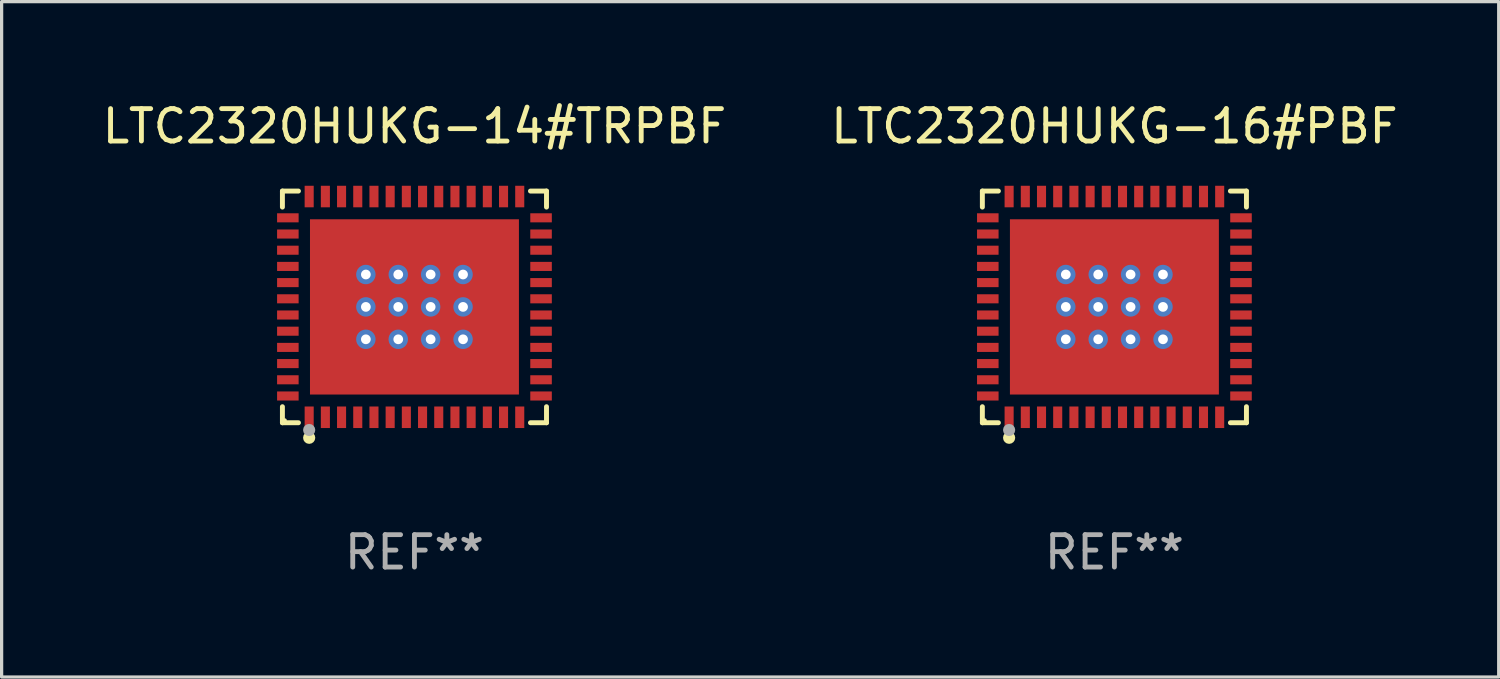
<source format=kicad_pcb>
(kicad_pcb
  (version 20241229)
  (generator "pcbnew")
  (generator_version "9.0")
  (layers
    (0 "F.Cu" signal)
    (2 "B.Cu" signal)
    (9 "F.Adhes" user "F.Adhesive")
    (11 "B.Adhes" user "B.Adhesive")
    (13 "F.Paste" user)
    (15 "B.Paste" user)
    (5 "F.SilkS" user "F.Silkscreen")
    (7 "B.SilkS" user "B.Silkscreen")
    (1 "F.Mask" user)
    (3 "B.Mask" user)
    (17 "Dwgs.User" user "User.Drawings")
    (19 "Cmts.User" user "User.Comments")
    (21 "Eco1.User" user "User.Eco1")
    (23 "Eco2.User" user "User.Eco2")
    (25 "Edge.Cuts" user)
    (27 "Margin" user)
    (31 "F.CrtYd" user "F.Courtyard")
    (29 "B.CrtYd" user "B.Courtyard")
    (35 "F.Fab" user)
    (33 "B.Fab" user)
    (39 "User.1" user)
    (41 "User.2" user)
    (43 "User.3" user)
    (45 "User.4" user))
  (footprint "LTC2320HUKG-16#PBF"
    (layer "F.Cu")
    (at 31.351 6.424)
    (property "Reference" "LTC2320HUKG-16#PBF" (at 0 -5.576 0) (layer "F.SilkS") (effects (font (size 1 1) (thickness 0.15))))
    (attr through_hole)
    (fp_line (start -4.076 -3.576) (end -3.581 -3.576) (stroke (width 0.152) (type solid)) (layer "F.SilkS"))
    (fp_line (start -4.076 -3.081) (end -4.076 -3.576) (stroke (width 0.152) (type solid)) (layer "F.SilkS"))
    (fp_line (start -4.076 3.081) (end -4.076 3.576) (stroke (width 0.152) (type solid)) (layer "F.SilkS"))
    (fp_line (start -4.076 3.576) (end -3.581 3.576) (stroke (width 0.152) (type solid)) (layer "F.SilkS"))
    (fp_line (start 4.076 -3.576) (end 3.581 -3.576) (stroke (width 0.152) (type solid)) (layer "F.SilkS"))
    (fp_line (start 4.076 -3.081) (end 4.076 -3.576) (stroke (width 0.152) (type solid)) (layer "F.SilkS"))
    (fp_line (start 4.076 3.081) (end 4.076 3.576) (stroke (width 0.152) (type solid)) (layer "F.SilkS"))
    (fp_line (start 4.076 3.576) (end 3.581 3.576) (stroke (width 0.152) (type solid)) (layer "F.SilkS"))
    (fp_circle (center -4 3.5) (end -3.97 3.5) (stroke (width 0.06) (type solid)) (fill no) (layer "F.SilkS"))
    (fp_circle (center -3.25 4.04) (end -3.156 4.04) (stroke (width 0.188) (type solid)) (fill no) (layer "F.SilkS"))
    (fp_circle (center -3.25 3.8) (end -3.156 3.8) (stroke (width 0.188) (type solid)) (fill no) (layer "F.Fab"))
    (fp_text user "REF**" (at 0 7.576 0) (layer "F.Fab") (effects (font (size 1 1) (thickness 0.15))))
    (pad "1" smd rect (at -3.25 3.407) (size 0.28 0.665) (layers "F.Cu" "F.Mask" "F.Paste"))
    (pad "2" smd rect (at -2.75 3.407) (size 0.28 0.665) (layers "F.Cu" "F.Mask" "F.Paste"))
    (pad "3" smd rect (at -2.25 3.407) (size 0.28 0.665) (layers "F.Cu" "F.Mask" "F.Paste"))
    (pad "4" smd rect (at -1.75 3.407) (size 0.28 0.665) (layers "F.Cu" "F.Mask" "F.Paste"))
    (pad "5" smd rect (at -1.25 3.407) (size 0.28 0.665) (layers "F.Cu" "F.Mask" "F.Paste"))
    (pad "6" smd rect (at -0.75 3.407) (size 0.28 0.665) (layers "F.Cu" "F.Mask" "F.Paste"))
    (pad "7" smd rect (at -0.25 3.407) (size 0.28 0.665) (layers "F.Cu" "F.Mask" "F.Paste"))
    (pad "8" smd rect (at 0.25 3.407) (size 0.28 0.665) (layers "F.Cu" "F.Mask" "F.Paste"))
    (pad "9" smd rect (at 0.75 3.407) (size 0.28 0.665) (layers "F.Cu" "F.Mask" "F.Paste"))
    (pad "10" smd rect (at 1.25 3.407) (size 0.28 0.665) (layers "F.Cu" "F.Mask" "F.Paste"))
    (pad "11" smd rect (at 1.75 3.407) (size 0.28 0.665) (layers "F.Cu" "F.Mask" "F.Paste"))
    (pad "12" smd rect (at 2.25 3.407) (size 0.28 0.665) (layers "F.Cu" "F.Mask" "F.Paste"))
    (pad "13" smd rect (at 2.75 3.407) (size 0.28 0.665) (layers "F.Cu" "F.Mask" "F.Paste"))
    (pad "14" smd rect (at 3.25 3.407) (size 0.28 0.665) (layers "F.Cu" "F.Mask" "F.Paste"))
    (pad "15" smd rect (at 3.908 2.75) (size 0.665 0.28) (layers "F.Cu" "F.Mask" "F.Paste"))
    (pad "16" smd rect (at 3.908 2.25) (size 0.665 0.28) (layers "F.Cu" "F.Mask" "F.Paste"))
    (pad "17" smd rect (at 3.908 1.75) (size 0.665 0.28) (layers "F.Cu" "F.Mask" "F.Paste"))
    (pad "18" smd rect (at 3.908 1.25) (size 0.665 0.28) (layers "F.Cu" "F.Mask" "F.Paste"))
    (pad "19" smd rect (at 3.908 0.75) (size 0.665 0.28) (layers "F.Cu" "F.Mask" "F.Paste"))
    (pad "20" smd rect (at 3.908 0.25) (size 0.665 0.28) (layers "F.Cu" "F.Mask" "F.Paste"))
    (pad "21" smd rect (at 3.908 -0.25) (size 0.665 0.28) (layers "F.Cu" "F.Mask" "F.Paste"))
    (pad "22" smd rect (at 3.908 -0.75) (size 0.665 0.28) (layers "F.Cu" "F.Mask" "F.Paste"))
    (pad "23" smd rect (at 3.908 -1.25) (size 0.665 0.28) (layers "F.Cu" "F.Mask" "F.Paste"))
    (pad "24" smd rect (at 3.908 -1.75) (size 0.665 0.28) (layers "F.Cu" "F.Mask" "F.Paste"))
    (pad "25" smd rect (at 3.908 -2.25) (size 0.665 0.28) (layers "F.Cu" "F.Mask" "F.Paste"))
    (pad "26" smd rect (at 3.908 -2.75) (size 0.665 0.28) (layers "F.Cu" "F.Mask" "F.Paste"))
    (pad "27" smd rect (at 3.25 -3.407) (size 0.28 0.665) (layers "F.Cu" "F.Mask" "F.Paste"))
    (pad "28" smd rect (at 2.75 -3.407) (size 0.28 0.665) (layers "F.Cu" "F.Mask" "F.Paste"))
    (pad "29" smd rect (at 2.25 -3.407) (size 0.28 0.665) (layers "F.Cu" "F.Mask" "F.Paste"))
    (pad "30" smd rect (at 1.75 -3.407) (size 0.28 0.665) (layers "F.Cu" "F.Mask" "F.Paste"))
    (pad "31" smd rect (at 1.25 -3.407) (size 0.28 0.665) (layers "F.Cu" "F.Mask" "F.Paste"))
    (pad "32" smd rect (at 0.75 -3.407) (size 0.28 0.665) (layers "F.Cu" "F.Mask" "F.Paste"))
    (pad "33" smd rect (at 0.25 -3.407) (size 0.28 0.665) (layers "F.Cu" "F.Mask" "F.Paste"))
    (pad "34" smd rect (at -0.25 -3.407) (size 0.28 0.665) (layers "F.Cu" "F.Mask" "F.Paste"))
    (pad "35" smd rect (at -0.75 -3.407) (size 0.28 0.665) (layers "F.Cu" "F.Mask" "F.Paste"))
    (pad "36" smd rect (at -1.25 -3.407) (size 0.28 0.665) (layers "F.Cu" "F.Mask" "F.Paste"))
    (pad "37" smd rect (at -1.75 -3.407) (size 0.28 0.665) (layers "F.Cu" "F.Mask" "F.Paste"))
    (pad "38" smd rect (at -2.25 -3.407) (size 0.28 0.665) (layers "F.Cu" "F.Mask" "F.Paste"))
    (pad "39" smd rect (at -2.75 -3.407) (size 0.28 0.665) (layers "F.Cu" "F.Mask" "F.Paste"))
    (pad "40" smd rect (at -3.25 -3.407) (size 0.28 0.665) (layers "F.Cu" "F.Mask" "F.Paste"))
    (pad "41" smd rect (at -3.908 -2.75) (size 0.665 0.28) (layers "F.Cu" "F.Mask" "F.Paste"))
    (pad "42" smd rect (at -3.908 -2.25) (size 0.665 0.28) (layers "F.Cu" "F.Mask" "F.Paste"))
    (pad "43" smd rect (at -3.908 -1.75) (size 0.665 0.28) (layers "F.Cu" "F.Mask" "F.Paste"))
    (pad "44" smd rect (at -3.908 -1.25) (size 0.665 0.28) (layers "F.Cu" "F.Mask" "F.Paste"))
    (pad "45" smd rect (at -3.908 -0.75) (size 0.665 0.28) (layers "F.Cu" "F.Mask" "F.Paste"))
    (pad "46" smd rect (at -3.908 -0.25) (size 0.665 0.28) (layers "F.Cu" "F.Mask" "F.Paste"))
    (pad "47" smd rect (at -3.908 0.25) (size 0.665 0.28) (layers "F.Cu" "F.Mask" "F.Paste"))
    (pad "48" smd rect (at -3.908 0.75) (size 0.665 0.28) (layers "F.Cu" "F.Mask" "F.Paste"))
    (pad "49" smd rect (at -3.908 1.25) (size 0.665 0.28) (layers "F.Cu" "F.Mask" "F.Paste"))
    (pad "50" smd rect (at -3.908 1.75) (size 0.665 0.28) (layers "F.Cu" "F.Mask" "F.Paste"))
    (pad "51" smd rect (at -3.908 2.25) (size 0.665 0.28) (layers "F.Cu" "F.Mask" "F.Paste"))
    (pad "52" smd rect (at -3.908 2.75) (size 0.665 0.28) (layers "F.Cu" "F.Mask" "F.Paste"))
    (pad "53" thru_hole circle (at -1.5 -1) (size 0.6 0.6) (drill 0.3) (layers "*.Cu" "*.Mask"))
    (pad "53" thru_hole circle (at -1.5 0) (size 0.6 0.6) (drill 0.3) (layers "*.Cu" "*.Mask"))
    (pad "53" thru_hole circle (at -1.5 1) (size 0.6 0.6) (drill 0.3) (layers "*.Cu" "*.Mask"))
    (pad "53" thru_hole circle (at -0.5 -1) (size 0.6 0.6) (drill 0.3) (layers "*.Cu" "*.Mask"))
    (pad "53" thru_hole circle (at -0.5 0) (size 0.6 0.6) (drill 0.3) (layers "*.Cu" "*.Mask"))
    (pad "53" thru_hole circle (at -0.5 1) (size 0.6 0.6) (drill 0.3) (layers "*.Cu" "*.Mask"))
    (pad "53" smd rect (at 0 0) (size 6.45 5.41) (layers "F.Cu" "F.Mask" "F.Paste"))
    (pad "53" thru_hole circle (at 0.5 -1) (size 0.6 0.6) (drill 0.3) (layers "*.Cu" "*.Mask"))
    (pad "53" thru_hole circle (at 0.5 0) (size 0.6 0.6) (drill 0.3) (layers "*.Cu" "*.Mask"))
    (pad "53" thru_hole circle (at 0.5 1) (size 0.6 0.6) (drill 0.3) (layers "*.Cu" "*.Mask"))
    (pad "53" thru_hole circle (at 1.5 -1) (size 0.6 0.6) (drill 0.3) (layers "*.Cu" "*.Mask"))
    (pad "53" thru_hole circle (at 1.5 0) (size 0.6 0.6) (drill 0.3) (layers "*.Cu" "*.Mask"))
    (pad "53" thru_hole circle (at 1.5 1) (size 0.6 0.6) (drill 0.3) (layers "*.Cu" "*.Mask")))
  (footprint "LTC2320HUKG-14#TRPBF"
    (layer "F.Cu")
    (at 9.744 6.424)
    (property "Reference" "LTC2320HUKG-14#TRPBF" (at 0 -5.576 0) (layer "F.SilkS") (effects (font (size 1 1) (thickness 0.15))))
    (attr through_hole)
    (fp_line (start -4.076 -3.576) (end -3.581 -3.576) (stroke (width 0.152) (type solid)) (layer "F.SilkS"))
    (fp_line (start -4.076 -3.081) (end -4.076 -3.576) (stroke (width 0.152) (type solid)) (layer "F.SilkS"))
    (fp_line (start -4.076 3.081) (end -4.076 3.576) (stroke (width 0.152) (type solid)) (layer "F.SilkS"))
    (fp_line (start -4.076 3.576) (end -3.581 3.576) (stroke (width 0.152) (type solid)) (layer "F.SilkS"))
    (fp_line (start 4.076 -3.576) (end 3.581 -3.576) (stroke (width 0.152) (type solid)) (layer "F.SilkS"))
    (fp_line (start 4.076 -3.081) (end 4.076 -3.576) (stroke (width 0.152) (type solid)) (layer "F.SilkS"))
    (fp_line (start 4.076 3.081) (end 4.076 3.576) (stroke (width 0.152) (type solid)) (layer "F.SilkS"))
    (fp_line (start 4.076 3.576) (end 3.581 3.576) (stroke (width 0.152) (type solid)) (layer "F.SilkS"))
    (fp_circle (center -4 3.5) (end -3.97 3.5) (stroke (width 0.06) (type solid)) (fill no) (layer "F.SilkS"))
    (fp_circle (center -3.25 4.04) (end -3.156 4.04) (stroke (width 0.188) (type solid)) (fill no) (layer "F.SilkS"))
    (fp_circle (center -3.25 3.8) (end -3.156 3.8) (stroke (width 0.188) (type solid)) (fill no) (layer "F.Fab"))
    (fp_text user "REF**" (at 0 7.576 0) (layer "F.Fab") (effects (font (size 1 1) (thickness 0.15))))
    (pad "1" smd rect (at -3.25 3.407) (size 0.28 0.665) (layers "F.Cu" "F.Mask" "F.Paste"))
    (pad "2" smd rect (at -2.75 3.407) (size 0.28 0.665) (layers "F.Cu" "F.Mask" "F.Paste"))
    (pad "3" smd rect (at -2.25 3.407) (size 0.28 0.665) (layers "F.Cu" "F.Mask" "F.Paste"))
    (pad "4" smd rect (at -1.75 3.407) (size 0.28 0.665) (layers "F.Cu" "F.Mask" "F.Paste"))
    (pad "5" smd rect (at -1.25 3.407) (size 0.28 0.665) (layers "F.Cu" "F.Mask" "F.Paste"))
    (pad "6" smd rect (at -0.75 3.407) (size 0.28 0.665) (layers "F.Cu" "F.Mask" "F.Paste"))
    (pad "7" smd rect (at -0.25 3.407) (size 0.28 0.665) (layers "F.Cu" "F.Mask" "F.Paste"))
    (pad "8" smd rect (at 0.25 3.407) (size 0.28 0.665) (layers "F.Cu" "F.Mask" "F.Paste"))
    (pad "9" smd rect (at 0.75 3.407) (size 0.28 0.665) (layers "F.Cu" "F.Mask" "F.Paste"))
    (pad "10" smd rect (at 1.25 3.407) (size 0.28 0.665) (layers "F.Cu" "F.Mask" "F.Paste"))
    (pad "11" smd rect (at 1.75 3.407) (size 0.28 0.665) (layers "F.Cu" "F.Mask" "F.Paste"))
    (pad "12" smd rect (at 2.25 3.407) (size 0.28 0.665) (layers "F.Cu" "F.Mask" "F.Paste"))
    (pad "13" smd rect (at 2.75 3.407) (size 0.28 0.665) (layers "F.Cu" "F.Mask" "F.Paste"))
    (pad "14" smd rect (at 3.25 3.407) (size 0.28 0.665) (layers "F.Cu" "F.Mask" "F.Paste"))
    (pad "15" smd rect (at 3.908 2.75) (size 0.665 0.28) (layers "F.Cu" "F.Mask" "F.Paste"))
    (pad "16" smd rect (at 3.908 2.25) (size 0.665 0.28) (layers "F.Cu" "F.Mask" "F.Paste"))
    (pad "17" smd rect (at 3.908 1.75) (size 0.665 0.28) (layers "F.Cu" "F.Mask" "F.Paste"))
    (pad "18" smd rect (at 3.908 1.25) (size 0.665 0.28) (layers "F.Cu" "F.Mask" "F.Paste"))
    (pad "19" smd rect (at 3.908 0.75) (size 0.665 0.28) (layers "F.Cu" "F.Mask" "F.Paste"))
    (pad "20" smd rect (at 3.908 0.25) (size 0.665 0.28) (layers "F.Cu" "F.Mask" "F.Paste"))
    (pad "21" smd rect (at 3.908 -0.25) (size 0.665 0.28) (layers "F.Cu" "F.Mask" "F.Paste"))
    (pad "22" smd rect (at 3.908 -0.75) (size 0.665 0.28) (layers "F.Cu" "F.Mask" "F.Paste"))
    (pad "23" smd rect (at 3.908 -1.25) (size 0.665 0.28) (layers "F.Cu" "F.Mask" "F.Paste"))
    (pad "24" smd rect (at 3.908 -1.75) (size 0.665 0.28) (layers "F.Cu" "F.Mask" "F.Paste"))
    (pad "25" smd rect (at 3.908 -2.25) (size 0.665 0.28) (layers "F.Cu" "F.Mask" "F.Paste"))
    (pad "26" smd rect (at 3.908 -2.75) (size 0.665 0.28) (layers "F.Cu" "F.Mask" "F.Paste"))
    (pad "27" smd rect (at 3.25 -3.407) (size 0.28 0.665) (layers "F.Cu" "F.Mask" "F.Paste"))
    (pad "28" smd rect (at 2.75 -3.407) (size 0.28 0.665) (layers "F.Cu" "F.Mask" "F.Paste"))
    (pad "29" smd rect (at 2.25 -3.407) (size 0.28 0.665) (layers "F.Cu" "F.Mask" "F.Paste"))
    (pad "30" smd rect (at 1.75 -3.407) (size 0.28 0.665) (layers "F.Cu" "F.Mask" "F.Paste"))
    (pad "31" smd rect (at 1.25 -3.407) (size 0.28 0.665) (layers "F.Cu" "F.Mask" "F.Paste"))
    (pad "32" smd rect (at 0.75 -3.407) (size 0.28 0.665) (layers "F.Cu" "F.Mask" "F.Paste"))
    (pad "33" smd rect (at 0.25 -3.407) (size 0.28 0.665) (layers "F.Cu" "F.Mask" "F.Paste"))
    (pad "34" smd rect (at -0.25 -3.407) (size 0.28 0.665) (layers "F.Cu" "F.Mask" "F.Paste"))
    (pad "35" smd rect (at -0.75 -3.407) (size 0.28 0.665) (layers "F.Cu" "F.Mask" "F.Paste"))
    (pad "36" smd rect (at -1.25 -3.407) (size 0.28 0.665) (layers "F.Cu" "F.Mask" "F.Paste"))
    (pad "37" smd rect (at -1.75 -3.407) (size 0.28 0.665) (layers "F.Cu" "F.Mask" "F.Paste"))
    (pad "38" smd rect (at -2.25 -3.407) (size 0.28 0.665) (layers "F.Cu" "F.Mask" "F.Paste"))
    (pad "39" smd rect (at -2.75 -3.407) (size 0.28 0.665) (layers "F.Cu" "F.Mask" "F.Paste"))
    (pad "40" smd rect (at -3.25 -3.407) (size 0.28 0.665) (layers "F.Cu" "F.Mask" "F.Paste"))
    (pad "41" smd rect (at -3.908 -2.75) (size 0.665 0.28) (layers "F.Cu" "F.Mask" "F.Paste"))
    (pad "42" smd rect (at -3.908 -2.25) (size 0.665 0.28) (layers "F.Cu" "F.Mask" "F.Paste"))
    (pad "43" smd rect (at -3.908 -1.75) (size 0.665 0.28) (layers "F.Cu" "F.Mask" "F.Paste"))
    (pad "44" smd rect (at -3.908 -1.25) (size 0.665 0.28) (layers "F.Cu" "F.Mask" "F.Paste"))
    (pad "45" smd rect (at -3.908 -0.75) (size 0.665 0.28) (layers "F.Cu" "F.Mask" "F.Paste"))
    (pad "46" smd rect (at -3.908 -0.25) (size 0.665 0.28) (layers "F.Cu" "F.Mask" "F.Paste"))
    (pad "47" smd rect (at -3.908 0.25) (size 0.665 0.28) (layers "F.Cu" "F.Mask" "F.Paste"))
    (pad "48" smd rect (at -3.908 0.75) (size 0.665 0.28) (layers "F.Cu" "F.Mask" "F.Paste"))
    (pad "49" smd rect (at -3.908 1.25) (size 0.665 0.28) (layers "F.Cu" "F.Mask" "F.Paste"))
    (pad "50" smd rect (at -3.908 1.75) (size 0.665 0.28) (layers "F.Cu" "F.Mask" "F.Paste"))
    (pad "51" smd rect (at -3.908 2.25) (size 0.665 0.28) (layers "F.Cu" "F.Mask" "F.Paste"))
    (pad "52" smd rect (at -3.908 2.75) (size 0.665 0.28) (layers "F.Cu" "F.Mask" "F.Paste"))
    (pad "53" thru_hole circle (at -1.5 -1) (size 0.6 0.6) (drill 0.3) (layers "*.Cu" "*.Mask"))
    (pad "53" thru_hole circle (at -1.5 0) (size 0.6 0.6) (drill 0.3) (layers "*.Cu" "*.Mask"))
    (pad "53" thru_hole circle (at -1.5 1) (size 0.6 0.6) (drill 0.3) (layers "*.Cu" "*.Mask"))
    (pad "53" thru_hole circle (at -0.5 -1) (size 0.6 0.6) (drill 0.3) (layers "*.Cu" "*.Mask"))
    (pad "53" thru_hole circle (at -0.5 0) (size 0.6 0.6) (drill 0.3) (layers "*.Cu" "*.Mask"))
    (pad "53" thru_hole circle (at -0.5 1) (size 0.6 0.6) (drill 0.3) (layers "*.Cu" "*.Mask"))
    (pad "53" smd rect (at 0 0) (size 6.45 5.41) (layers "F.Cu" "F.Mask" "F.Paste"))
    (pad "53" thru_hole circle (at 0.5 -1) (size 0.6 0.6) (drill 0.3) (layers "*.Cu" "*.Mask"))
    (pad "53" thru_hole circle (at 0.5 0) (size 0.6 0.6) (drill 0.3) (layers "*.Cu" "*.Mask"))
    (pad "53" thru_hole circle (at 0.5 1) (size 0.6 0.6) (drill 0.3) (layers "*.Cu" "*.Mask"))
    (pad "53" thru_hole circle (at 1.5 -1) (size 0.6 0.6) (drill 0.3) (layers "*.Cu" "*.Mask"))
    (pad "53" thru_hole circle (at 1.5 0) (size 0.6 0.6) (drill 0.3) (layers "*.Cu" "*.Mask"))
    (pad "53" thru_hole circle (at 1.5 1) (size 0.6 0.6) (drill 0.3) (layers "*.Cu" "*.Mask")))
  (gr_rect
    (start -3 -3)
    (end 43.214 17.849)
    (stroke (width 0.1) (type default))
    (fill no)
    (layer "Edge.Cuts")))
</source>
